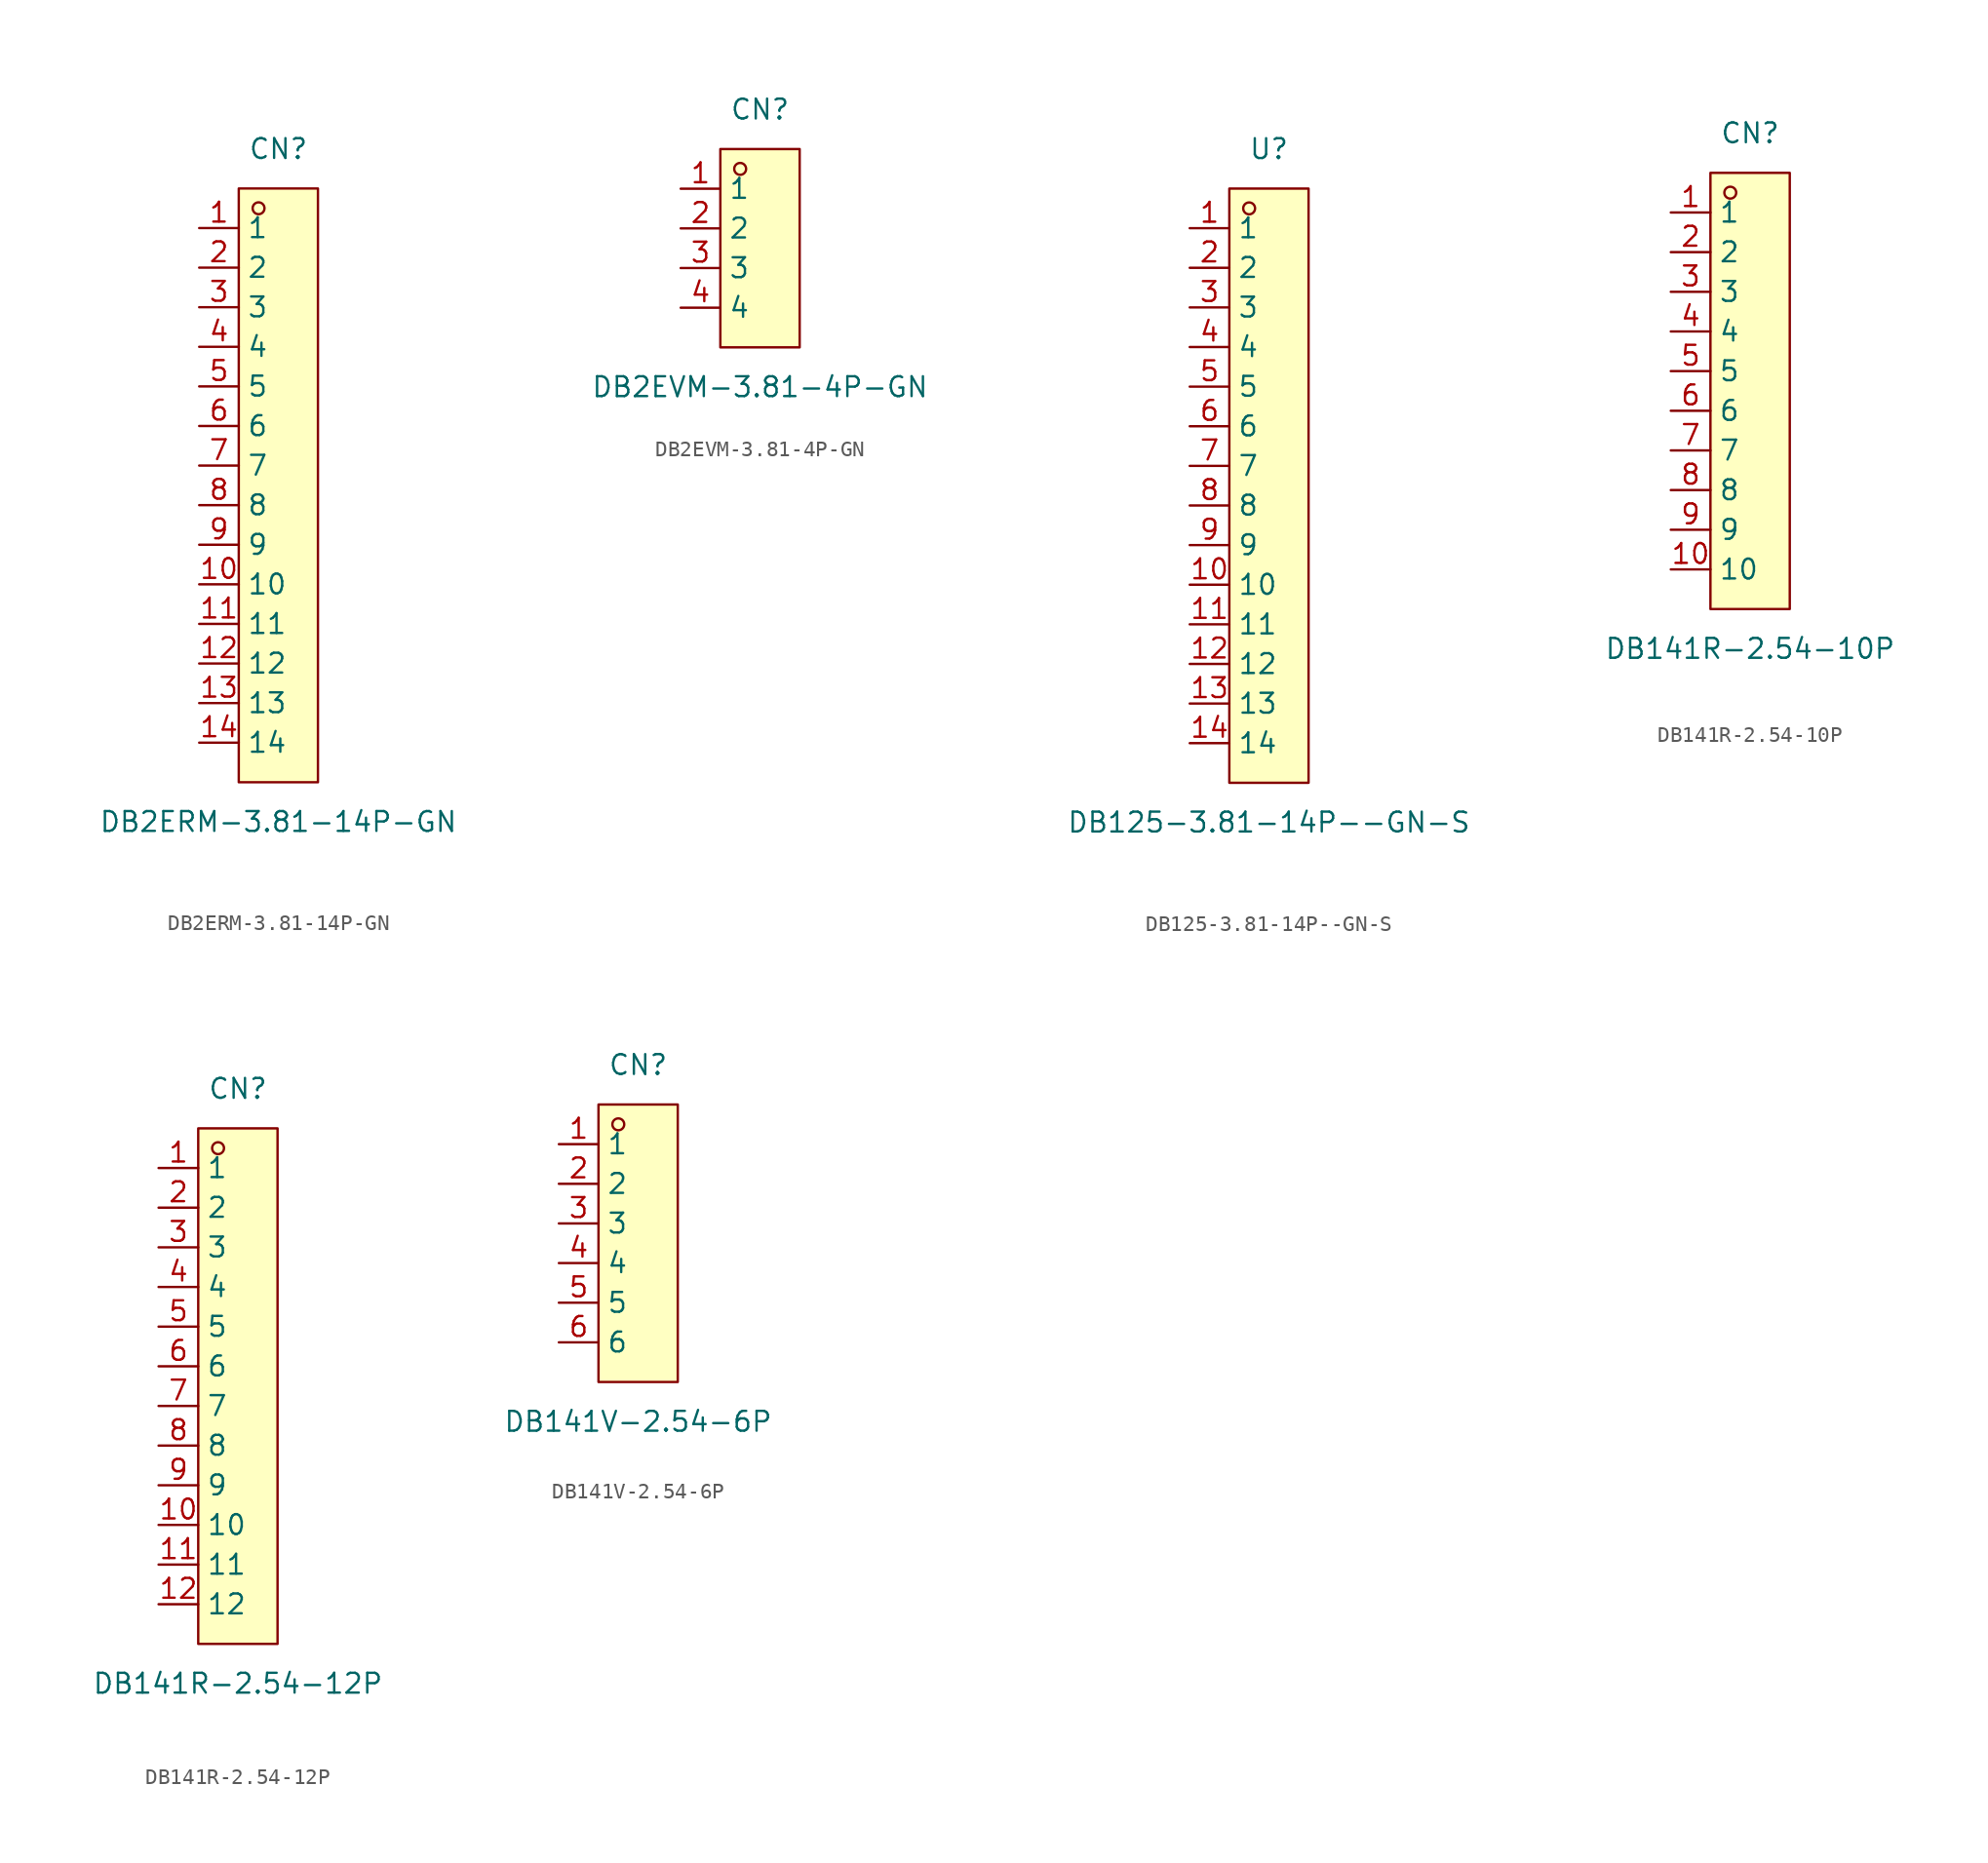
<source format=kicad_sym>
(kicad_symbol_lib
  (version 20231120)
  (generator "kicad_symbol_editor")
  (generator_version "8.0")
  (symbol "DB2ERM-3.81-14P-GN"
    (property "Reference" "CN"
      (at 0 21.59 0)
      (effects (font (size 1.27 1.27))))
    (property "Value" "DB2ERM-3.81-14P-GN"
      (at 0 -21.59 0)
      (effects (font (size 1.27 1.27))))
    (symbol "DB2ERM-3.81-14P-GN_0_1"
      (rectangle (start -2.54 19.05) (end 2.54 -19.05) (stroke (width 0) (type default) (color 0 0 0 0)) (fill (type background)))
      (circle (center -1.27 17.78) (radius 0.38) (stroke (width 0) (type default) (color 0 0 0 0)) (fill (type none)))
      (pin unspecified line (at -5.08 16.51 0) (length 2.54) (name "1" (effects (font (size 1.27 1.27)))) (number "1" (effects (font (size 1.27 1.27)))))
      (pin unspecified line (at -5.08 13.97 0) (length 2.54) (name "2" (effects (font (size 1.27 1.27)))) (number "2" (effects (font (size 1.27 1.27)))))
      (pin unspecified line (at -5.08 11.43 0) (length 2.54) (name "3" (effects (font (size 1.27 1.27)))) (number "3" (effects (font (size 1.27 1.27)))))
      (pin unspecified line (at -5.08 8.89 0) (length 2.54) (name "4" (effects (font (size 1.27 1.27)))) (number "4" (effects (font (size 1.27 1.27)))))
      (pin unspecified line (at -5.08 6.35 0) (length 2.54) (name "5" (effects (font (size 1.27 1.27)))) (number "5" (effects (font (size 1.27 1.27)))))
      (pin unspecified line (at -5.08 3.81 0) (length 2.54) (name "6" (effects (font (size 1.27 1.27)))) (number "6" (effects (font (size 1.27 1.27)))))
      (pin unspecified line (at -5.08 1.27 0) (length 2.54) (name "7" (effects (font (size 1.27 1.27)))) (number "7" (effects (font (size 1.27 1.27)))))
      (pin unspecified line (at -5.08 -1.27 0) (length 2.54) (name "8" (effects (font (size 1.27 1.27)))) (number "8" (effects (font (size 1.27 1.27)))))
      (pin unspecified line (at -5.08 -3.81 0) (length 2.54) (name "9" (effects (font (size 1.27 1.27)))) (number "9" (effects (font (size 1.27 1.27)))))
      (pin unspecified line (at -5.08 -6.35 0) (length 2.54) (name "10" (effects (font (size 1.27 1.27)))) (number "10" (effects (font (size 1.27 1.27)))))
      (pin unspecified line (at -5.08 -8.89 0) (length 2.54) (name "11" (effects (font (size 1.27 1.27)))) (number "11" (effects (font (size 1.27 1.27)))))
      (pin unspecified line (at -5.08 -11.43 0) (length 2.54) (name "12" (effects (font (size 1.27 1.27)))) (number "12" (effects (font (size 1.27 1.27)))))
      (pin unspecified line (at -5.08 -13.97 0) (length 2.54) (name "13" (effects (font (size 1.27 1.27)))) (number "13" (effects (font (size 1.27 1.27)))))
      (pin unspecified line (at -5.08 -16.51 0) (length 2.54) (name "14" (effects (font (size 1.27 1.27)))) (number "14" (effects (font (size 1.27 1.27)))))))
  (symbol "DB2EVM-3.81-4P-GN"
    (property "Reference" "CN"
      (at 0 8.89 0)
      (effects (font (size 1.27 1.27))))
    (property "Value" "DB2EVM-3.81-4P-GN"
      (at 0 -8.89 0)
      (effects (font (size 1.27 1.27))))
    (symbol "DB2EVM-3.81-4P-GN_0_1"
      (rectangle (start -2.54 6.35) (end 2.54 -6.35) (stroke (width 0) (type default) (color 0 0 0 0)) (fill (type background)))
      (circle (center -1.27 5.08) (radius 0.38) (stroke (width 0) (type default) (color 0 0 0 0)) (fill (type none)))
      (pin unspecified line (at -5.08 3.81 0) (length 2.54) (name "1" (effects (font (size 1.27 1.27)))) (number "1" (effects (font (size 1.27 1.27)))))
      (pin unspecified line (at -5.08 1.27 0) (length 2.54) (name "2" (effects (font (size 1.27 1.27)))) (number "2" (effects (font (size 1.27 1.27)))))
      (pin unspecified line (at -5.08 -1.27 0) (length 2.54) (name "3" (effects (font (size 1.27 1.27)))) (number "3" (effects (font (size 1.27 1.27)))))
      (pin unspecified line (at -5.08 -3.81 0) (length 2.54) (name "4" (effects (font (size 1.27 1.27)))) (number "4" (effects (font (size 1.27 1.27)))))))
  (symbol "DB125-3.81-14P--GN-S"
    (property "Reference" "U"
      (at 0 21.59 0)
      (effects (font (size 1.27 1.27))))
    (property "Value" "DB125-3.81-14P--GN-S"
      (at 0 -21.59 0)
      (effects (font (size 1.27 1.27))))
    (symbol "DB125-3.81-14P--GN-S_0_1"
      (rectangle (start -2.54 19.05) (end 2.54 -19.05) (stroke (width 0) (type default) (color 0 0 0 0)) (fill (type background)))
      (circle (center -1.27 17.78) (radius 0.38) (stroke (width 0) (type default) (color 0 0 0 0)) (fill (type none)))
      (pin unspecified line (at -5.08 16.51 0) (length 2.54) (name "1" (effects (font (size 1.27 1.27)))) (number "1" (effects (font (size 1.27 1.27)))))
      (pin unspecified line (at -5.08 13.97 0) (length 2.54) (name "2" (effects (font (size 1.27 1.27)))) (number "2" (effects (font (size 1.27 1.27)))))
      (pin unspecified line (at -5.08 11.43 0) (length 2.54) (name "3" (effects (font (size 1.27 1.27)))) (number "3" (effects (font (size 1.27 1.27)))))
      (pin unspecified line (at -5.08 8.89 0) (length 2.54) (name "4" (effects (font (size 1.27 1.27)))) (number "4" (effects (font (size 1.27 1.27)))))
      (pin unspecified line (at -5.08 6.35 0) (length 2.54) (name "5" (effects (font (size 1.27 1.27)))) (number "5" (effects (font (size 1.27 1.27)))))
      (pin unspecified line (at -5.08 3.81 0) (length 2.54) (name "6" (effects (font (size 1.27 1.27)))) (number "6" (effects (font (size 1.27 1.27)))))
      (pin unspecified line (at -5.08 1.27 0) (length 2.54) (name "7" (effects (font (size 1.27 1.27)))) (number "7" (effects (font (size 1.27 1.27)))))
      (pin unspecified line (at -5.08 -1.27 0) (length 2.54) (name "8" (effects (font (size 1.27 1.27)))) (number "8" (effects (font (size 1.27 1.27)))))
      (pin unspecified line (at -5.08 -3.81 0) (length 2.54) (name "9" (effects (font (size 1.27 1.27)))) (number "9" (effects (font (size 1.27 1.27)))))
      (pin unspecified line (at -5.08 -6.35 0) (length 2.54) (name "10" (effects (font (size 1.27 1.27)))) (number "10" (effects (font (size 1.27 1.27)))))
      (pin unspecified line (at -5.08 -8.89 0) (length 2.54) (name "11" (effects (font (size 1.27 1.27)))) (number "11" (effects (font (size 1.27 1.27)))))
      (pin unspecified line (at -5.08 -11.43 0) (length 2.54) (name "12" (effects (font (size 1.27 1.27)))) (number "12" (effects (font (size 1.27 1.27)))))
      (pin unspecified line (at -5.08 -13.97 0) (length 2.54) (name "13" (effects (font (size 1.27 1.27)))) (number "13" (effects (font (size 1.27 1.27)))))
      (pin unspecified line (at -5.08 -16.51 0) (length 2.54) (name "14" (effects (font (size 1.27 1.27)))) (number "14" (effects (font (size 1.27 1.27)))))))
  (symbol "DB141R-2.54-10P"
    (property "Reference" "CN"
      (at 0 16.51 0)
      (effects (font (size 1.27 1.27))))
    (property "Value" "DB141R-2.54-10P"
      (at 0 -16.51 0)
      (effects (font (size 1.27 1.27))))
    (symbol "DB141R-2.54-10P_0_1"
      (rectangle (start -2.54 13.97) (end 2.54 -13.97) (stroke (width 0) (type default)) (fill (type background)))
      (circle (center -1.27 12.7) (radius 0.38) (stroke (width 0) (type default)) (fill (type none)))
      (pin unspecified line (at -5.08 11.43 0) (length 2.54) (name "1" (effects (font (size 1.27 1.27)))) (number "1" (effects (font (size 1.27 1.27)))))
      (pin unspecified line (at -5.08 -11.43 0) (length 2.54) (name "10" (effects (font (size 1.27 1.27)))) (number "10" (effects (font (size 1.27 1.27)))))
      (pin unspecified line (at -5.08 8.89 0) (length 2.54) (name "2" (effects (font (size 1.27 1.27)))) (number "2" (effects (font (size 1.27 1.27)))))
      (pin unspecified line (at -5.08 6.35 0) (length 2.54) (name "3" (effects (font (size 1.27 1.27)))) (number "3" (effects (font (size 1.27 1.27)))))
      (pin unspecified line (at -5.08 3.81 0) (length 2.54) (name "4" (effects (font (size 1.27 1.27)))) (number "4" (effects (font (size 1.27 1.27)))))
      (pin unspecified line (at -5.08 1.27 0) (length 2.54) (name "5" (effects (font (size 1.27 1.27)))) (number "5" (effects (font (size 1.27 1.27)))))
      (pin unspecified line (at -5.08 -1.27 0) (length 2.54) (name "6" (effects (font (size 1.27 1.27)))) (number "6" (effects (font (size 1.27 1.27)))))
      (pin unspecified line (at -5.08 -3.81 0) (length 2.54) (name "7" (effects (font (size 1.27 1.27)))) (number "7" (effects (font (size 1.27 1.27)))))
      (pin unspecified line (at -5.08 -6.35 0) (length 2.54) (name "8" (effects (font (size 1.27 1.27)))) (number "8" (effects (font (size 1.27 1.27)))))
      (pin unspecified line (at -5.08 -8.89 0) (length 2.54) (name "9" (effects (font (size 1.27 1.27)))) (number "9" (effects (font (size 1.27 1.27)))))))
  (symbol "DB141R-2.54-12P"
    (property "Reference" "CN"
      (at 0 19.05 0)
      (effects (font (size 1.27 1.27))))
    (property "Value" "DB141R-2.54-12P"
      (at 0 -19.05 0)
      (effects (font (size 1.27 1.27))))
    (symbol "DB141R-2.54-12P_0_1"
      (rectangle (start -2.54 16.51) (end 2.54 -16.51) (stroke (width 0) (type default)) (fill (type background)))
      (circle (center -1.27 15.24) (radius 0.38) (stroke (width 0) (type default)) (fill (type none)))
      (pin unspecified line (at -5.08 13.97 0) (length 2.54) (name "1" (effects (font (size 1.27 1.27)))) (number "1" (effects (font (size 1.27 1.27)))))
      (pin unspecified line (at -5.08 -8.89 0) (length 2.54) (name "10" (effects (font (size 1.27 1.27)))) (number "10" (effects (font (size 1.27 1.27)))))
      (pin unspecified line (at -5.08 -11.43 0) (length 2.54) (name "11" (effects (font (size 1.27 1.27)))) (number "11" (effects (font (size 1.27 1.27)))))
      (pin unspecified line (at -5.08 -13.97 0) (length 2.54) (name "12" (effects (font (size 1.27 1.27)))) (number "12" (effects (font (size 1.27 1.27)))))
      (pin unspecified line (at -5.08 11.43 0) (length 2.54) (name "2" (effects (font (size 1.27 1.27)))) (number "2" (effects (font (size 1.27 1.27)))))
      (pin unspecified line (at -5.08 8.89 0) (length 2.54) (name "3" (effects (font (size 1.27 1.27)))) (number "3" (effects (font (size 1.27 1.27)))))
      (pin unspecified line (at -5.08 6.35 0) (length 2.54) (name "4" (effects (font (size 1.27 1.27)))) (number "4" (effects (font (size 1.27 1.27)))))
      (pin unspecified line (at -5.08 3.81 0) (length 2.54) (name "5" (effects (font (size 1.27 1.27)))) (number "5" (effects (font (size 1.27 1.27)))))
      (pin unspecified line (at -5.08 1.27 0) (length 2.54) (name "6" (effects (font (size 1.27 1.27)))) (number "6" (effects (font (size 1.27 1.27)))))
      (pin unspecified line (at -5.08 -1.27 0) (length 2.54) (name "7" (effects (font (size 1.27 1.27)))) (number "7" (effects (font (size 1.27 1.27)))))
      (pin unspecified line (at -5.08 -3.81 0) (length 2.54) (name "8" (effects (font (size 1.27 1.27)))) (number "8" (effects (font (size 1.27 1.27)))))
      (pin unspecified line (at -5.08 -6.35 0) (length 2.54) (name "9" (effects (font (size 1.27 1.27)))) (number "9" (effects (font (size 1.27 1.27)))))))
  (symbol "DB141V-2.54-6P"
    (property "Reference" "CN"
      (at 0 11.43 0)
      (effects (font (size 1.27 1.27))))
    (property "Value" "DB141V-2.54-6P"
      (at 0 -11.43 0)
      (effects (font (size 1.27 1.27))))
    (symbol "DB141V-2.54-6P_0_1"
      (rectangle (start -2.54 8.89) (end 2.54 -8.89) (stroke (width 0) (type default)) (fill (type background)))
      (circle (center -1.27 7.62) (radius 0.38) (stroke (width 0) (type default)) (fill (type none)))
      (pin unspecified line (at -5.08 6.35 0) (length 2.54) (name "1" (effects (font (size 1.27 1.27)))) (number "1" (effects (font (size 1.27 1.27)))))
      (pin unspecified line (at -5.08 3.81 0) (length 2.54) (name "2" (effects (font (size 1.27 1.27)))) (number "2" (effects (font (size 1.27 1.27)))))
      (pin unspecified line (at -5.08 1.27 0) (length 2.54) (name "3" (effects (font (size 1.27 1.27)))) (number "3" (effects (font (size 1.27 1.27)))))
      (pin unspecified line (at -5.08 -1.27 0) (length 2.54) (name "4" (effects (font (size 1.27 1.27)))) (number "4" (effects (font (size 1.27 1.27)))))
      (pin unspecified line (at -5.08 -3.81 0) (length 2.54) (name "5" (effects (font (size 1.27 1.27)))) (number "5" (effects (font (size 1.27 1.27)))))
      (pin unspecified line (at -5.08 -6.35 0) (length 2.54) (name "6" (effects (font (size 1.27 1.27)))) (number "6" (effects (font (size 1.27 1.27))))))))
</source>
